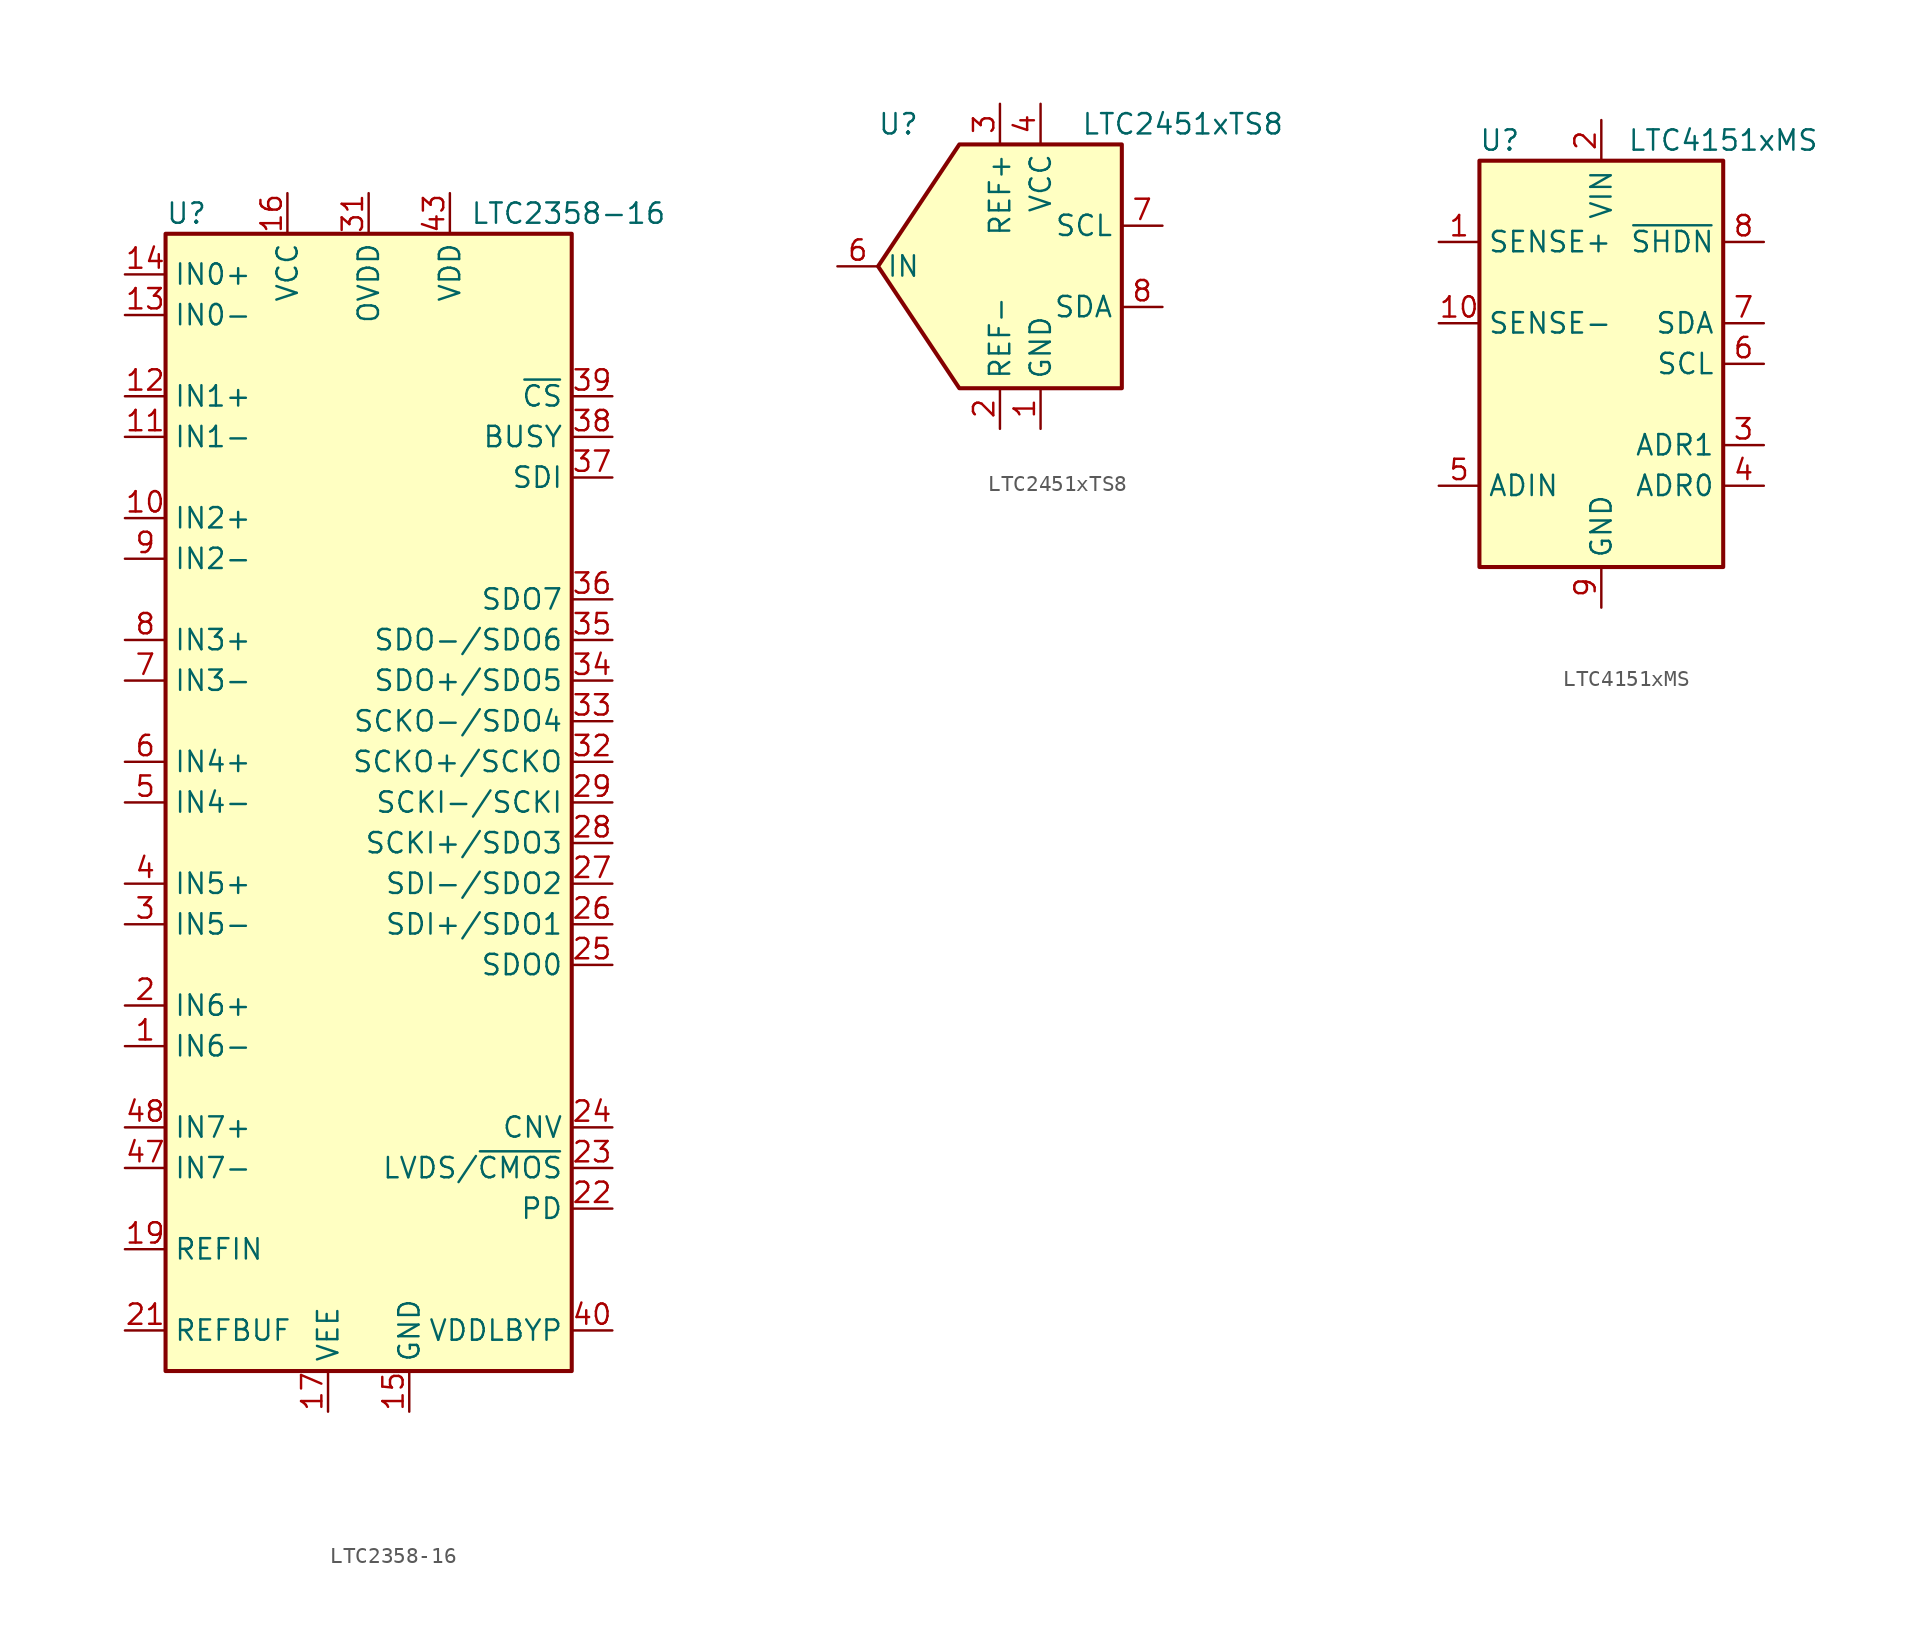
<source format=kicad_sym>
(kicad_symbol_lib
  (version 20211014)
  (generator kicad_symbol_editor)
  (symbol "LTC2358-16"
    (property "Reference" "U"
      (at -12.7 36.83 0)
      (effects (font (size 1.27 1.27)) (justify left)))
    (property "Value" "LTC2358-16"
      (at 6.35 36.83 0)
      (effects (font (size 1.27 1.27)) (justify left)))
    (symbol "LTC2358-16_0_1"
      (rectangle (start -12.7 35.56) (end 12.7 -35.56) (stroke (width 0.254) (type default) (color 0 0 0 0)) (fill (type background))))
    (symbol "LTC2358-16_1_1"
      (pin input line (at -15.24 -15.24 0) (length 2.54) (name "IN6-" (effects (font (size 1.27 1.27)))) (number "1" (effects (font (size 1.27 1.27)))))
      (pin input line (at -15.24 17.78 0) (length 2.54) (name "IN2+" (effects (font (size 1.27 1.27)))) (number "10" (effects (font (size 1.27 1.27)))))
      (pin input line (at -15.24 22.86 0) (length 2.54) (name "IN1-" (effects (font (size 1.27 1.27)))) (number "11" (effects (font (size 1.27 1.27)))))
      (pin input line (at -15.24 25.4 0) (length 2.54) (name "IN1+" (effects (font (size 1.27 1.27)))) (number "12" (effects (font (size 1.27 1.27)))))
      (pin input line (at -15.24 30.48 0) (length 2.54) (name "IN0-" (effects (font (size 1.27 1.27)))) (number "13" (effects (font (size 1.27 1.27)))))
      (pin input line (at -15.24 33.02 0) (length 2.54) (name "IN0+" (effects (font (size 1.27 1.27)))) (number "14" (effects (font (size 1.27 1.27)))))
      (pin power_in line (at 2.54 -38.1 90) (length 2.54) (name "GND" (effects (font (size 1.27 1.27)))) (number "15" (effects (font (size 1.27 1.27)))))
      (pin power_in line (at -5.08 38.1 270) (length 2.54) (name "VCC" (effects (font (size 1.27 1.27)))) (number "16" (effects (font (size 1.27 1.27)))))
      (pin power_in line (at -2.54 -38.1 90) (length 2.54) (name "VEE" (effects (font (size 1.27 1.27)))) (number "17" (effects (font (size 1.27 1.27)))))
      (pin passive line (at 2.54 -38.1 90) (length 2.54) hide (name "GND" (effects (font (size 1.27 1.27)))) (number "18" (effects (font (size 1.27 1.27)))))
      (pin passive line (at -15.24 -27.94 0) (length 2.54) (name "REFIN" (effects (font (size 1.27 1.27)))) (number "19" (effects (font (size 1.27 1.27)))))
      (pin input line (at -15.24 -12.7 0) (length 2.54) (name "IN6+" (effects (font (size 1.27 1.27)))) (number "2" (effects (font (size 1.27 1.27)))))
      (pin passive line (at 2.54 -38.1 90) (length 2.54) hide (name "GND" (effects (font (size 1.27 1.27)))) (number "20" (effects (font (size 1.27 1.27)))))
      (pin passive line (at -15.24 -33.02 0) (length 2.54) (name "REFBUF" (effects (font (size 1.27 1.27)))) (number "21" (effects (font (size 1.27 1.27)))))
      (pin input line (at 15.24 -25.4 180) (length 2.54) (name "PD" (effects (font (size 1.27 1.27)))) (number "22" (effects (font (size 1.27 1.27)))))
      (pin input line (at 15.24 -22.86 180) (length 2.54) (name "LVDS/~{CMOS}" (effects (font (size 1.27 1.27)))) (number "23" (effects (font (size 1.27 1.27)))))
      (pin input line (at 15.24 -20.32 180) (length 2.54) (name "CNV" (effects (font (size 1.27 1.27)))) (number "24" (effects (font (size 1.27 1.27)))))
      (pin tri_state line (at 15.24 -10.16 180) (length 2.54) (name "SDO0" (effects (font (size 1.27 1.27)))) (number "25" (effects (font (size 1.27 1.27)))))
      (pin bidirectional line (at 15.24 -7.62 180) (length 2.54) (name "SDI+/SDO1" (effects (font (size 1.27 1.27)))) (number "26" (effects (font (size 1.27 1.27)))))
      (pin bidirectional line (at 15.24 -5.08 180) (length 2.54) (name "SDI-/SDO2" (effects (font (size 1.27 1.27)))) (number "27" (effects (font (size 1.27 1.27)))))
      (pin bidirectional line (at 15.24 -2.54 180) (length 2.54) (name "SCKI+/SDO3" (effects (font (size 1.27 1.27)))) (number "28" (effects (font (size 1.27 1.27)))))
      (pin input line (at 15.24 0 180) (length 2.54) (name "SCKI-/SCKI" (effects (font (size 1.27 1.27)))) (number "29" (effects (font (size 1.27 1.27)))))
      (pin input line (at -15.24 -7.62 0) (length 2.54) (name "IN5-" (effects (font (size 1.27 1.27)))) (number "3" (effects (font (size 1.27 1.27)))))
      (pin passive line (at 2.54 -38.1 90) (length 2.54) hide (name "GND" (effects (font (size 1.27 1.27)))) (number "30" (effects (font (size 1.27 1.27)))))
      (pin power_in line (at 0 38.1 270) (length 2.54) (name "OVDD" (effects (font (size 1.27 1.27)))) (number "31" (effects (font (size 1.27 1.27)))))
      (pin tri_state line (at 15.24 2.54 180) (length 2.54) (name "SCKO+/SCKO" (effects (font (size 1.27 1.27)))) (number "32" (effects (font (size 1.27 1.27)))))
      (pin tri_state line (at 15.24 5.08 180) (length 2.54) (name "SCKO-/SDO4" (effects (font (size 1.27 1.27)))) (number "33" (effects (font (size 1.27 1.27)))))
      (pin tri_state line (at 15.24 7.62 180) (length 2.54) (name "SDO+/SDO5" (effects (font (size 1.27 1.27)))) (number "34" (effects (font (size 1.27 1.27)))))
      (pin tri_state line (at 15.24 10.16 180) (length 2.54) (name "SDO-/SDO6" (effects (font (size 1.27 1.27)))) (number "35" (effects (font (size 1.27 1.27)))))
      (pin tri_state line (at 15.24 12.7 180) (length 2.54) (name "SDO7" (effects (font (size 1.27 1.27)))) (number "36" (effects (font (size 1.27 1.27)))))
      (pin input line (at 15.24 20.32 180) (length 2.54) (name "SDI" (effects (font (size 1.27 1.27)))) (number "37" (effects (font (size 1.27 1.27)))))
      (pin output line (at 15.24 22.86 180) (length 2.54) (name "BUSY" (effects (font (size 1.27 1.27)))) (number "38" (effects (font (size 1.27 1.27)))))
      (pin input line (at 15.24 25.4 180) (length 2.54) (name "~{CS}" (effects (font (size 1.27 1.27)))) (number "39" (effects (font (size 1.27 1.27)))))
      (pin input line (at -15.24 -5.08 0) (length 2.54) (name "IN5+" (effects (font (size 1.27 1.27)))) (number "4" (effects (font (size 1.27 1.27)))))
      (pin passive line (at 15.24 -33.02 180) (length 2.54) (name "VDDLBYP" (effects (font (size 1.27 1.27)))) (number "40" (effects (font (size 1.27 1.27)))))
      (pin passive line (at 2.54 -38.1 90) (length 2.54) hide (name "GND" (effects (font (size 1.27 1.27)))) (number "41" (effects (font (size 1.27 1.27)))))
      (pin passive line (at 5.08 38.1 270) (length 2.54) hide (name "VDD" (effects (font (size 1.27 1.27)))) (number "42" (effects (font (size 1.27 1.27)))))
      (pin power_in line (at 5.08 38.1 270) (length 2.54) (name "VDD" (effects (font (size 1.27 1.27)))) (number "43" (effects (font (size 1.27 1.27)))))
      (pin passive line (at 2.54 -38.1 90) (length 2.54) hide (name "GND" (effects (font (size 1.27 1.27)))) (number "44" (effects (font (size 1.27 1.27)))))
      (pin passive line (at -2.54 -38.1 90) (length 2.54) hide (name "VEE" (effects (font (size 1.27 1.27)))) (number "45" (effects (font (size 1.27 1.27)))))
      (pin passive line (at 2.54 -38.1 90) (length 2.54) hide (name "GND" (effects (font (size 1.27 1.27)))) (number "46" (effects (font (size 1.27 1.27)))))
      (pin input line (at -15.24 -22.86 0) (length 2.54) (name "IN7-" (effects (font (size 1.27 1.27)))) (number "47" (effects (font (size 1.27 1.27)))))
      (pin input line (at -15.24 -20.32 0) (length 2.54) (name "IN7+" (effects (font (size 1.27 1.27)))) (number "48" (effects (font (size 1.27 1.27)))))
      (pin input line (at -15.24 0 0) (length 2.54) (name "IN4-" (effects (font (size 1.27 1.27)))) (number "5" (effects (font (size 1.27 1.27)))))
      (pin input line (at -15.24 2.54 0) (length 2.54) (name "IN4+" (effects (font (size 1.27 1.27)))) (number "6" (effects (font (size 1.27 1.27)))))
      (pin input line (at -15.24 7.62 0) (length 2.54) (name "IN3-" (effects (font (size 1.27 1.27)))) (number "7" (effects (font (size 1.27 1.27)))))
      (pin input line (at -15.24 10.16 0) (length 2.54) (name "IN3+" (effects (font (size 1.27 1.27)))) (number "8" (effects (font (size 1.27 1.27)))))
      (pin input line (at -15.24 15.24 0) (length 2.54) (name "IN2-" (effects (font (size 1.27 1.27)))) (number "9" (effects (font (size 1.27 1.27)))))))
  (symbol "LTC2451xTS8"
    (property "Reference" "U"
      (at -6.35 8.89 0)
      (effects (font (size 1.27 1.27))))
    (property "Value" "LTC2451xTS8"
      (at 11.43 8.89 0)
      (effects (font (size 1.27 1.27))))
    (symbol "LTC2451xTS8_1_1"
      (polyline (pts (xy -2.54 7.62) (xy 3.81 7.62) (xy 7.62 7.62) (xy 7.62 -7.62) (xy -2.54 -7.62) (xy -7.62 0) (xy -2.54 7.62)) (stroke (width 0.254) (type default) (color 0 0 0 0)) (fill (type background)))
      (pin power_in line (at 2.54 -10.16 90) (length 2.54) (name "GND" (effects (font (size 1.27 1.27)))) (number "1" (effects (font (size 1.27 1.27)))))
      (pin power_in line (at 0 -10.16 90) (length 2.54) (name "REF-" (effects (font (size 1.27 1.27)))) (number "2" (effects (font (size 1.27 1.27)))))
      (pin power_in line (at 0 10.16 270) (length 2.54) (name "REF+" (effects (font (size 1.27 1.27)))) (number "3" (effects (font (size 1.27 1.27)))))
      (pin power_in line (at 2.54 10.16 270) (length 2.54) (name "VCC" (effects (font (size 1.27 1.27)))) (number "4" (effects (font (size 1.27 1.27)))))
      (pin passive line (at 2.54 -10.16 90) (length 2.54) hide (name "GND" (effects (font (size 1.27 1.27)))) (number "5" (effects (font (size 1.27 1.27)))))
      (pin input line (at -10.16 0 0) (length 2.54) (name "IN" (effects (font (size 1.27 1.27)))) (number "6" (effects (font (size 1.27 1.27)))))
      (pin input line (at 10.16 2.54 180) (length 2.54) (name "SCL" (effects (font (size 1.27 1.27)))) (number "7" (effects (font (size 1.27 1.27)))))
      (pin bidirectional line (at 10.16 -2.54 180) (length 2.54) (name "SDA" (effects (font (size 1.27 1.27)))) (number "8" (effects (font (size 1.27 1.27)))))))
  (symbol "LTC4151xMS"
    (property "Reference" "U"
      (at -6.35 13.97 0)
      (effects (font (size 1.27 1.27))))
    (property "Value" "LTC4151xMS"
      (at 7.62 13.97 0)
      (effects (font (size 1.27 1.27))))
    (symbol "LTC4151xMS_0_1"
      (rectangle (start -7.62 12.7) (end 7.62 -12.7) (stroke (width 0.254) (type default) (color 0 0 0 0)) (fill (type background))))
    (symbol "LTC4151xMS_1_1"
      (pin input line (at -10.16 7.62 0) (length 2.54) (name "SENSE+" (effects (font (size 1.27 1.27)))) (number "1" (effects (font (size 1.27 1.27)))))
      (pin input line (at -10.16 2.54 0) (length 2.54) (name "SENSE-" (effects (font (size 1.27 1.27)))) (number "10" (effects (font (size 1.27 1.27)))))
      (pin power_in line (at 0 15.24 270) (length 2.54) (name "VIN" (effects (font (size 1.27 1.27)))) (number "2" (effects (font (size 1.27 1.27)))))
      (pin input line (at 10.16 -5.08 180) (length 2.54) (name "ADR1" (effects (font (size 1.27 1.27)))) (number "3" (effects (font (size 1.27 1.27)))))
      (pin input line (at 10.16 -7.62 180) (length 2.54) (name "ADR0" (effects (font (size 1.27 1.27)))) (number "4" (effects (font (size 1.27 1.27)))))
      (pin input line (at -10.16 -7.62 0) (length 2.54) (name "ADIN" (effects (font (size 1.27 1.27)))) (number "5" (effects (font (size 1.27 1.27)))))
      (pin input line (at 10.16 0 180) (length 2.54) (name "SCL" (effects (font (size 1.27 1.27)))) (number "6" (effects (font (size 1.27 1.27)))))
      (pin bidirectional line (at 10.16 2.54 180) (length 2.54) (name "SDA" (effects (font (size 1.27 1.27)))) (number "7" (effects (font (size 1.27 1.27)))))
      (pin input line (at 10.16 7.62 180) (length 2.54) (name "~{SHDN}" (effects (font (size 1.27 1.27)))) (number "8" (effects (font (size 1.27 1.27)))))
      (pin power_in line (at 0 -15.24 90) (length 2.54) (name "GND" (effects (font (size 1.27 1.27)))) (number "9" (effects (font (size 1.27 1.27))))))))
</source>
